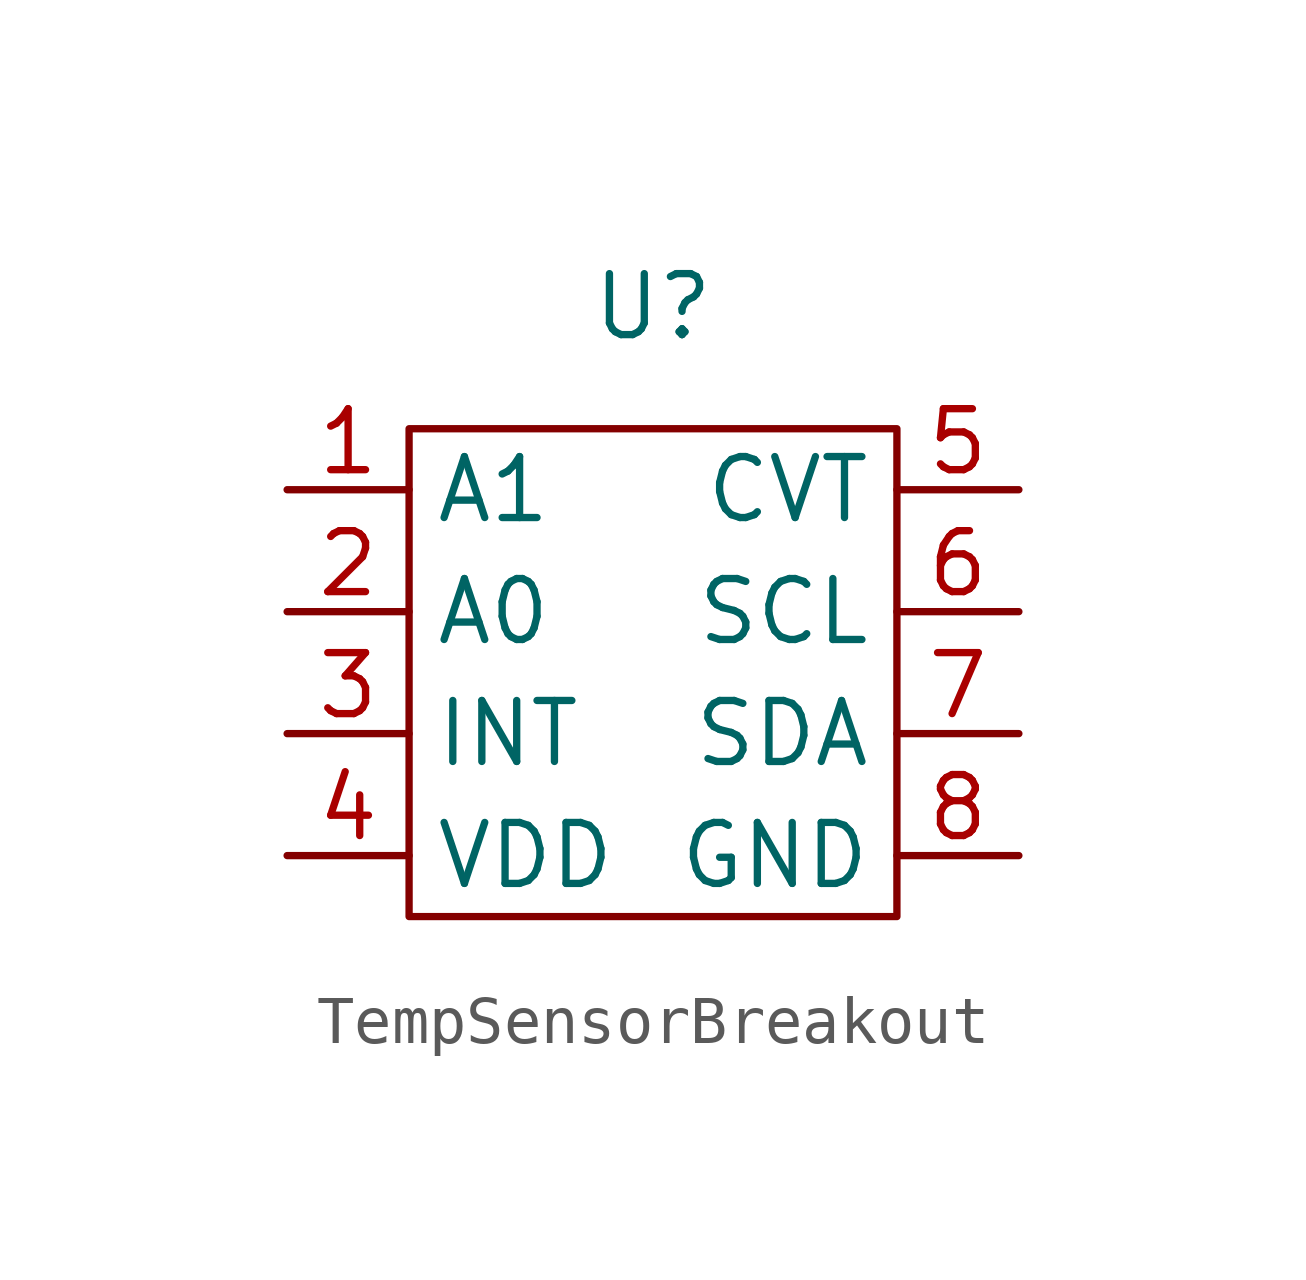
<source format=kicad_sym>
(kicad_symbol_lib
  (version 20220914)
  (generator kicad_symbol_editor)
  (symbol "TempSensorBreakout"
    (property "Reference" "U"
      (at 0 6.35 0)
      (effects (font (size 1.27 1.27))))
    (property "Value" ""
      (at 0 0 0)
      (effects (font (size 1.27 1.27))))
    (symbol "TempSensorBreakout_0_1"
      (rectangle (start -5.08 3.81) (end 5.08 -6.35) (stroke (width 0) (type default)) (fill (type none))))
    (symbol "TempSensorBreakout_1_1"
      (pin input line (at -7.62 2.54 0) (length 2.54) (name "A1" (effects (font (size 1.27 1.27)))) (number "1" (effects (font (size 1.27 1.27)))))
      (pin input line (at -7.62 0 0) (length 2.54) (name "A0" (effects (font (size 1.27 1.27)))) (number "2" (effects (font (size 1.27 1.27)))))
      (pin input line (at -7.62 -2.54 0) (length 2.54) (name "INT" (effects (font (size 1.27 1.27)))) (number "3" (effects (font (size 1.27 1.27)))))
      (pin input line (at -7.62 -5.08 0) (length 2.54) (name "VDD" (effects (font (size 1.27 1.27)))) (number "4" (effects (font (size 1.27 1.27)))))
      (pin input line (at 7.62 2.54 180) (length 2.54) (name "CVT" (effects (font (size 1.27 1.27)))) (number "5" (effects (font (size 1.27 1.27)))))
      (pin input line (at 7.62 0 180) (length 2.54) (name "SCL" (effects (font (size 1.27 1.27)))) (number "6" (effects (font (size 1.27 1.27)))))
      (pin input line (at 7.62 -2.54 180) (length 2.54) (name "SDA" (effects (font (size 1.27 1.27)))) (number "7" (effects (font (size 1.27 1.27)))))
      (pin input line (at 7.62 -5.08 180) (length 2.54) (name "GND" (effects (font (size 1.27 1.27)))) (number "8" (effects (font (size 1.27 1.27))))))))
</source>
